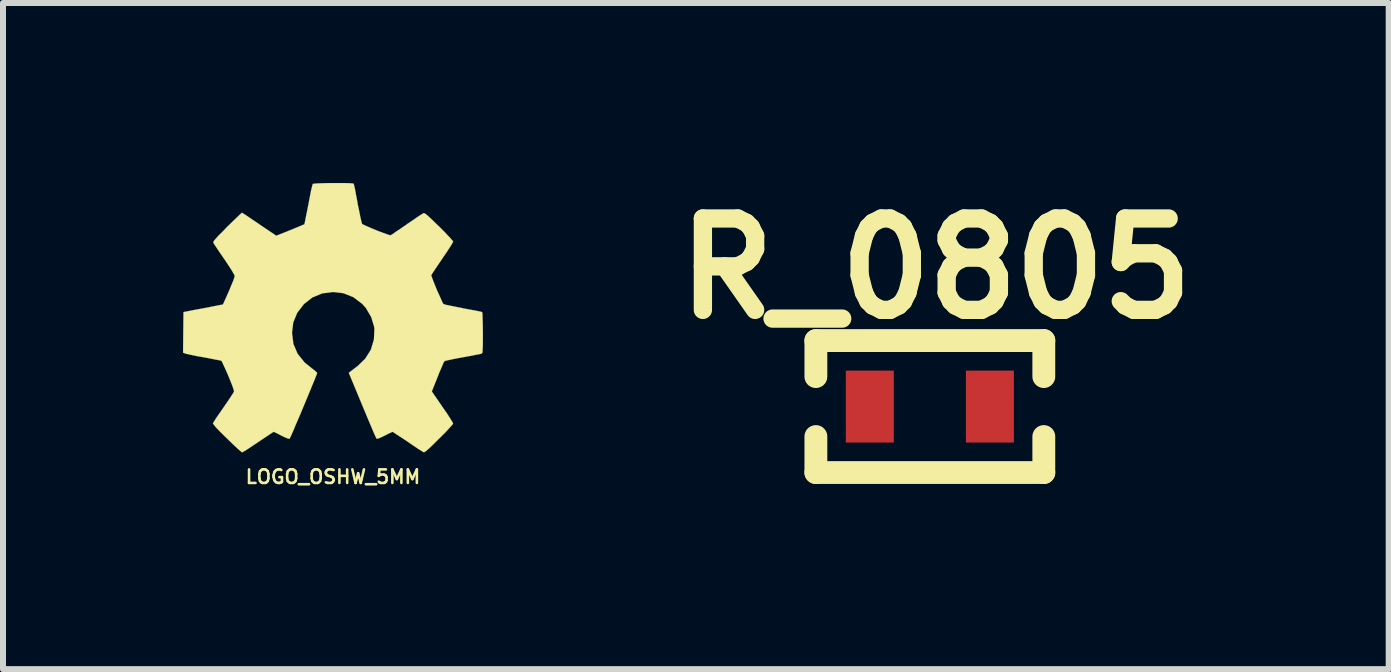
<source format=kicad_pcb>
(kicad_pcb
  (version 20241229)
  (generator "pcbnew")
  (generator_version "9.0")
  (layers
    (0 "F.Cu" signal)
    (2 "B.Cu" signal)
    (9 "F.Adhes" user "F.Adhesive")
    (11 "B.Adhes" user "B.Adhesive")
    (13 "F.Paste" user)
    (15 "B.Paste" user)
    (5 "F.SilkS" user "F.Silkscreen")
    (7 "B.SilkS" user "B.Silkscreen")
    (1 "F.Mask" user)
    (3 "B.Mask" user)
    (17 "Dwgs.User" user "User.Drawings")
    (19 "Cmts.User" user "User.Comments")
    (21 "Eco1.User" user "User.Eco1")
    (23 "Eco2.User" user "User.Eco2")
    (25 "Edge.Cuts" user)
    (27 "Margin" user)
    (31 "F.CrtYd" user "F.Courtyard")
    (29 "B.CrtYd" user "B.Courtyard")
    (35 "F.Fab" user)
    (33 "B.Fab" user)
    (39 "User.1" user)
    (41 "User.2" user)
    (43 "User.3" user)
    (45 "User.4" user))
  (footprint "LOGO_OSHW_5MM"
    (layer "F.Cu")
    (at 2.501 2.247)
    (property "Reference" "LOGO_OSHW_5MM" (at 0 2.652 0) (layer "F.SilkS") (effects (font (size 0.226 0.226) (thickness 0.043))))
    (attr through_hole)
    (fp_poly (pts (xy -1.514 2.245) (xy -1.488 2.23) (xy -1.43 2.195) (xy -1.346 2.139) (xy -1.247 2.073) (xy -1.148 2.007) (xy -1.067 1.953) (xy -1.011 1.915) (xy -0.986 1.902) (xy -0.973 1.908) (xy -0.927 1.93) (xy -0.859 1.966) (xy -0.818 1.986) (xy -0.757 2.012) (xy -0.724 2.019) (xy -0.719 2.009) (xy -0.696 1.961) (xy -0.66 1.88) (xy -0.615 1.77) (xy -0.559 1.643) (xy -0.503 1.509) (xy -0.445 1.369) (xy -0.389 1.234) (xy -0.34 1.115) (xy -0.3 1.019) (xy -0.274 0.95) (xy -0.264 0.922) (xy -0.267 0.914) (xy -0.3 0.884) (xy -0.353 0.843) (xy -0.472 0.747) (xy -0.589 0.602) (xy -0.66 0.437) (xy -0.683 0.251) (xy -0.663 0.081) (xy -0.597 -0.081) (xy -0.483 -0.229) (xy -0.343 -0.338) (xy -0.18 -0.406) (xy 0 -0.429) (xy 0.173 -0.409) (xy 0.34 -0.343) (xy 0.488 -0.231) (xy 0.551 -0.16) (xy 0.638 -0.01) (xy 0.686 0.147) (xy 0.691 0.188) (xy 0.683 0.363) (xy 0.632 0.533) (xy 0.538 0.683) (xy 0.409 0.808) (xy 0.394 0.818) (xy 0.335 0.864) (xy 0.295 0.894) (xy 0.264 0.919) (xy 0.488 1.458) (xy 0.523 1.542) (xy 0.584 1.689) (xy 0.638 1.816) (xy 0.681 1.918) (xy 0.711 1.984) (xy 0.724 2.012) (xy 0.724 2.014) (xy 0.744 2.017) (xy 0.785 2.002) (xy 0.861 1.966) (xy 0.909 1.941) (xy 0.968 1.913) (xy 0.993 1.902) (xy 1.016 1.915) (xy 1.069 1.951) (xy 1.151 2.004) (xy 1.247 2.068) (xy 1.339 2.131) (xy 1.422 2.187) (xy 1.483 2.225) (xy 1.514 2.243) (xy 1.519 2.243) (xy 1.544 2.228) (xy 1.593 2.187) (xy 1.666 2.118) (xy 1.77 2.014) (xy 1.786 1.999) (xy 1.872 1.913) (xy 1.941 1.839) (xy 1.986 1.788) (xy 2.004 1.765) (xy 1.989 1.735) (xy 1.951 1.674) (xy 1.895 1.587) (xy 1.826 1.488) (xy 1.648 1.229) (xy 1.745 0.986) (xy 1.775 0.909) (xy 1.814 0.82) (xy 1.841 0.754) (xy 1.857 0.726) (xy 1.882 0.716) (xy 1.951 0.701) (xy 2.047 0.681) (xy 2.162 0.66) (xy 2.273 0.64) (xy 2.372 0.62) (xy 2.443 0.607) (xy 2.477 0.599) (xy 2.484 0.594) (xy 2.492 0.579) (xy 2.494 0.546) (xy 2.497 0.485) (xy 2.499 0.391) (xy 2.499 0.251) (xy 2.499 0.236) (xy 2.497 0.107) (xy 2.494 0) (xy 2.492 -0.066) (xy 2.487 -0.094) (xy 2.456 -0.102) (xy 2.385 -0.117) (xy 2.286 -0.135) (xy 2.167 -0.157) (xy 2.159 -0.16) (xy 2.042 -0.183) (xy 1.943 -0.203) (xy 1.872 -0.218) (xy 1.844 -0.229) (xy 1.836 -0.236) (xy 1.814 -0.282) (xy 1.781 -0.356) (xy 1.74 -0.445) (xy 1.702 -0.538) (xy 1.669 -0.622) (xy 1.646 -0.683) (xy 1.638 -0.711) (xy 1.641 -0.714) (xy 1.659 -0.742) (xy 1.699 -0.803) (xy 1.755 -0.886) (xy 1.824 -0.988) (xy 1.829 -0.996) (xy 1.897 -1.095) (xy 1.953 -1.181) (xy 1.989 -1.24) (xy 2.004 -1.267) (xy 2.004 -1.27) (xy 1.981 -1.3) (xy 1.93 -1.356) (xy 1.857 -1.433) (xy 1.77 -1.521) (xy 1.742 -1.547) (xy 1.643 -1.643) (xy 1.577 -1.704) (xy 1.534 -1.737) (xy 1.514 -1.745) (xy 1.483 -1.727) (xy 1.42 -1.687) (xy 1.336 -1.628) (xy 1.234 -1.56) (xy 1.227 -1.554) (xy 1.128 -1.486) (xy 1.044 -1.43) (xy 0.986 -1.389) (xy 0.958 -1.374) (xy 0.955 -1.374) (xy 0.914 -1.387) (xy 0.843 -1.412) (xy 0.754 -1.445) (xy 0.663 -1.483) (xy 0.579 -1.519) (xy 0.516 -1.547) (xy 0.485 -1.565) (xy 0.475 -1.6) (xy 0.457 -1.676) (xy 0.437 -1.778) (xy 0.411 -1.9) (xy 0.409 -1.92) (xy 0.386 -2.04) (xy 0.368 -2.139) (xy 0.353 -2.207) (xy 0.345 -2.235) (xy 0.33 -2.238) (xy 0.272 -2.243) (xy 0.183 -2.245) (xy 0.074 -2.245) (xy -0.038 -2.245) (xy -0.147 -2.243) (xy -0.241 -2.24) (xy -0.31 -2.235) (xy -0.338 -2.23) (xy -0.338 -2.228) (xy -0.348 -2.189) (xy -0.366 -2.116) (xy -0.386 -2.012) (xy -0.409 -1.89) (xy -0.414 -1.867) (xy -0.437 -1.75) (xy -0.457 -1.651) (xy -0.47 -1.585) (xy -0.478 -1.557) (xy -0.49 -1.552) (xy -0.538 -1.532) (xy -0.617 -1.499) (xy -0.716 -1.458) (xy -0.945 -1.367) (xy -1.227 -1.557) (xy -1.252 -1.575) (xy -1.354 -1.643) (xy -1.435 -1.699) (xy -1.494 -1.737) (xy -1.516 -1.75) (xy -1.519 -1.75) (xy -1.547 -1.725) (xy -1.603 -1.671) (xy -1.679 -1.598) (xy -1.768 -1.511) (xy -1.831 -1.445) (xy -1.91 -1.367) (xy -1.958 -1.313) (xy -1.986 -1.28) (xy -1.994 -1.26) (xy -1.991 -1.245) (xy -1.974 -1.217) (xy -1.933 -1.156) (xy -1.875 -1.069) (xy -1.806 -0.97) (xy -1.75 -0.886) (xy -1.689 -0.792) (xy -1.651 -0.726) (xy -1.636 -0.693) (xy -1.641 -0.681) (xy -1.659 -0.625) (xy -1.694 -0.541) (xy -1.735 -0.442) (xy -1.834 -0.221) (xy -1.979 -0.193) (xy -2.068 -0.175) (xy -2.189 -0.152) (xy -2.309 -0.13) (xy -2.492 -0.094) (xy -2.499 0.582) (xy -2.471 0.594) (xy -2.443 0.602) (xy -2.375 0.617) (xy -2.278 0.638) (xy -2.162 0.658) (xy -2.065 0.676) (xy -1.966 0.696) (xy -1.895 0.709) (xy -1.864 0.716) (xy -1.854 0.726) (xy -1.831 0.775) (xy -1.796 0.851) (xy -1.755 0.942) (xy -1.717 1.036) (xy -1.681 1.125) (xy -1.659 1.191) (xy -1.648 1.224) (xy -1.661 1.252) (xy -1.699 1.311) (xy -1.753 1.392) (xy -1.821 1.491) (xy -1.887 1.587) (xy -1.946 1.671) (xy -1.984 1.732) (xy -2.002 1.76) (xy -1.991 1.778) (xy -1.953 1.826) (xy -1.88 1.902) (xy -1.768 2.012) (xy -1.75 2.029) (xy -1.664 2.113) (xy -1.59 2.182) (xy -1.537 2.228) (xy -1.514 2.245)) (stroke (width 0.003) (type solid)) (fill yes) (layer "F.SilkS")))
  (footprint "R_0805"
    (layer "F.Cu")
    (at 12.452 3.728)
    (property "Reference" "R_0805" (at 0.099 -2.301 0) (layer "F.SilkS") (effects (font (size 1.524 1.524) (thickness 0.305))))
    (attr smd)
    (fp_line (start -1.9 -1.1) (end -1.9 -0.5) (stroke (width 0.381) (type solid)) (layer "F.SilkS"))
    (fp_line (start -1.9 0.5) (end -1.9 1.1) (stroke (width 0.381) (type solid)) (layer "F.SilkS"))
    (fp_line (start -1.9 1.1) (end 1.9 1.1) (stroke (width 0.381) (type solid)) (layer "F.SilkS"))
    (fp_line (start 1.9 -1.1) (end -1.9 -1.1) (stroke (width 0.381) (type solid)) (layer "F.SilkS"))
    (fp_line (start 1.9 -0.5) (end 1.9 -1.1) (stroke (width 0.381) (type solid)) (layer "F.SilkS"))
    (fp_line (start 1.9 1.1) (end 1.9 0.5) (stroke (width 0.381) (type solid)) (layer "F.SilkS"))
    (pad "1" smd rect (at -1.001 0) (size 0.8 1.199) (layers "F.Cu" "F.Mask" "F.Paste"))
    (pad "2" smd rect (at 1.001 0) (size 0.8 1.199) (layers "F.Cu" "F.Mask" "F.Paste")))
  (gr_rect
    (start -3 -3)
    (end 20.102 8.106)
    (stroke (width 0.1) (type default))
    (fill no)
    (layer "Edge.Cuts")))
</source>
